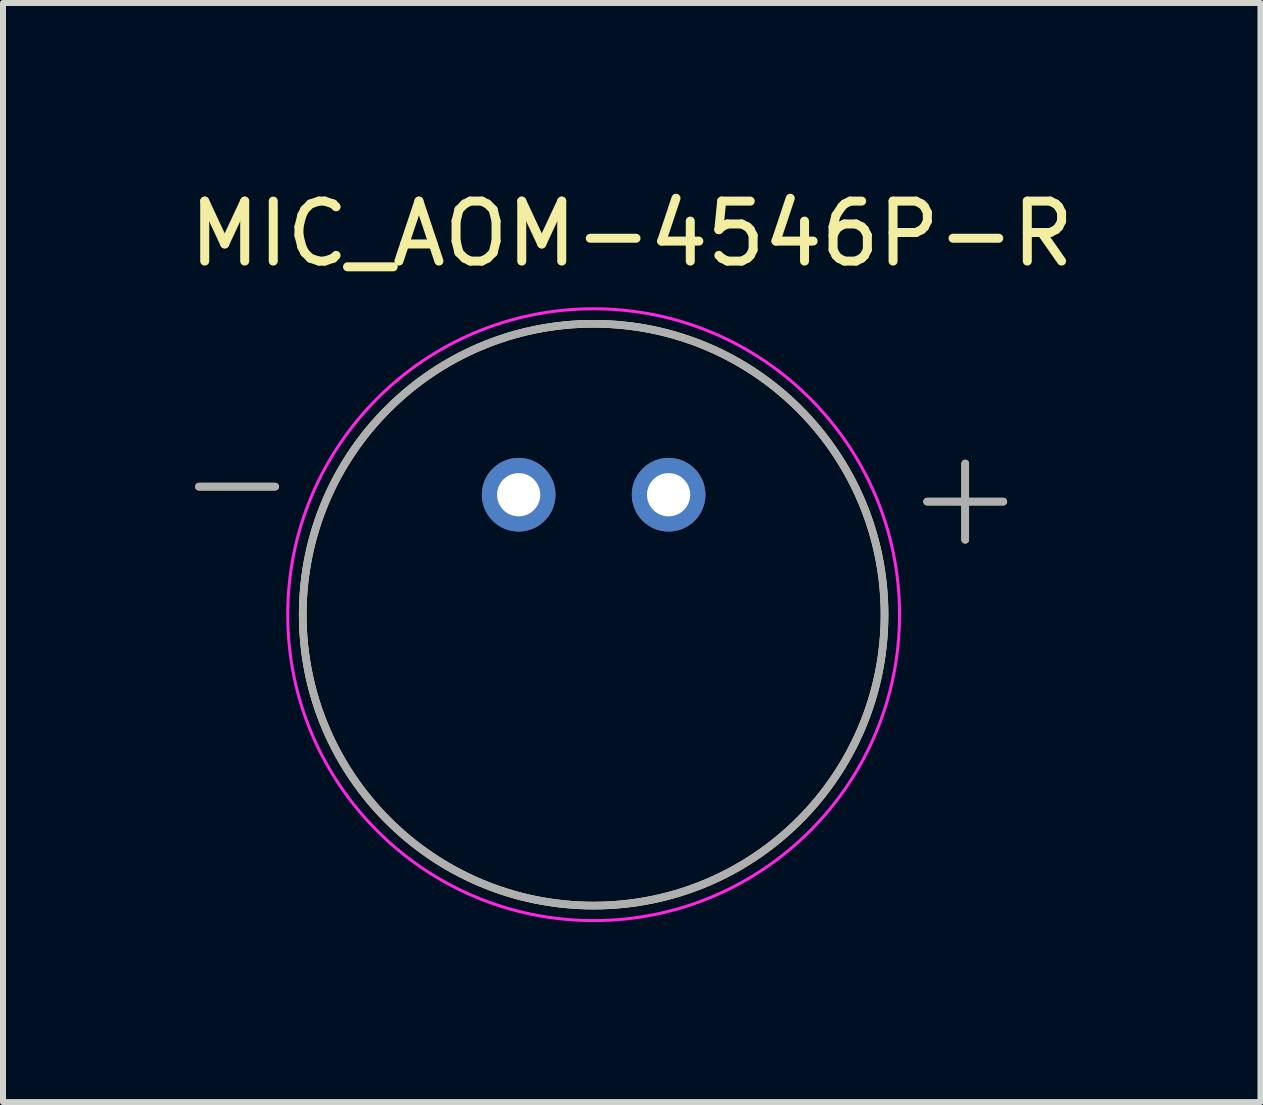
<source format=kicad_pcb>
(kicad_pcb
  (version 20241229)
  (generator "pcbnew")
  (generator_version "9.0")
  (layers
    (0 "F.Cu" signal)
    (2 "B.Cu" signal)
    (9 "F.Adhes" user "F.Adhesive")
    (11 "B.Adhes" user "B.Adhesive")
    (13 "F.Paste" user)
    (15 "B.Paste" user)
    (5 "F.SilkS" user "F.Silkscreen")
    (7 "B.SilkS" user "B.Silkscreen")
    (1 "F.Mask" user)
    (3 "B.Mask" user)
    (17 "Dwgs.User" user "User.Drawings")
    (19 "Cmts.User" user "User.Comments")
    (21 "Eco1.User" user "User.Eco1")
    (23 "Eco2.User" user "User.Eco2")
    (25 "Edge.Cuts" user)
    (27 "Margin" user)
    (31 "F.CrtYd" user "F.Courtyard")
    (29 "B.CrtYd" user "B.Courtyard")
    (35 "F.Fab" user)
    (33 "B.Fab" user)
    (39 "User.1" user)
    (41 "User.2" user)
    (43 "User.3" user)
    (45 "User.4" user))
  (footprint "MIC_AOM-4546P-R"
    (layer "F.Cu")
    (at 6.847 7.198)
    (property "Reference" "MIC_AOM-4546P-R" (at 0.635 -6.35 0) (layer "F.SilkS") (effects (font (size 1 1) (thickness 0.15))))
    (attr through_hole)
    (fp_line (start -6.58 -2.135) (end -5.31 -2.135) (stroke (width 0.127) (type solid)) (layer "F.SilkS"))
    (fp_line (start 5.56 -1.885) (end 6.83 -1.885) (stroke (width 0.127) (type solid)) (layer "F.SilkS"))
    (fp_line (start 6.195 -2.52) (end 6.195 -1.25) (stroke (width 0.127) (type solid)) (layer "F.SilkS"))
    (fp_circle (center 0 0) (end 4.85 0) (stroke (width 0.127) (type solid)) (fill no) (layer "F.SilkS"))
    (fp_circle (center 0 0) (end 5.1 0) (stroke (width 0.05) (type solid)) (fill no) (layer "F.CrtYd"))
    (fp_line (start -6.58 -2.135) (end -5.31 -2.135) (stroke (width 0.127) (type solid)) (layer "F.Fab"))
    (fp_line (start 5.56 -1.885) (end 6.83 -1.885) (stroke (width 0.127) (type solid)) (layer "F.Fab"))
    (fp_line (start 6.195 -2.52) (end 6.195 -1.25) (stroke (width 0.127) (type solid)) (layer "F.Fab"))
    (fp_circle (center 0 0) (end 4.85 0) (stroke (width 0.127) (type solid)) (fill no) (layer "F.Fab"))
    (pad "1" thru_hole circle (at -1.25 -2) (size 1.228 1.228) (drill 0.72) (layers "*.Cu" "*.Mask"))
    (pad "2" thru_hole circle (at 1.25 -2) (size 1.228 1.228) (drill 0.72) (layers "*.Cu" "*.Mask")))
  (gr_rect
    (start -3 -3)
    (end 17.964 15.323)
    (stroke (width 0.1) (type default))
    (fill no)
    (layer "Edge.Cuts")))
</source>
